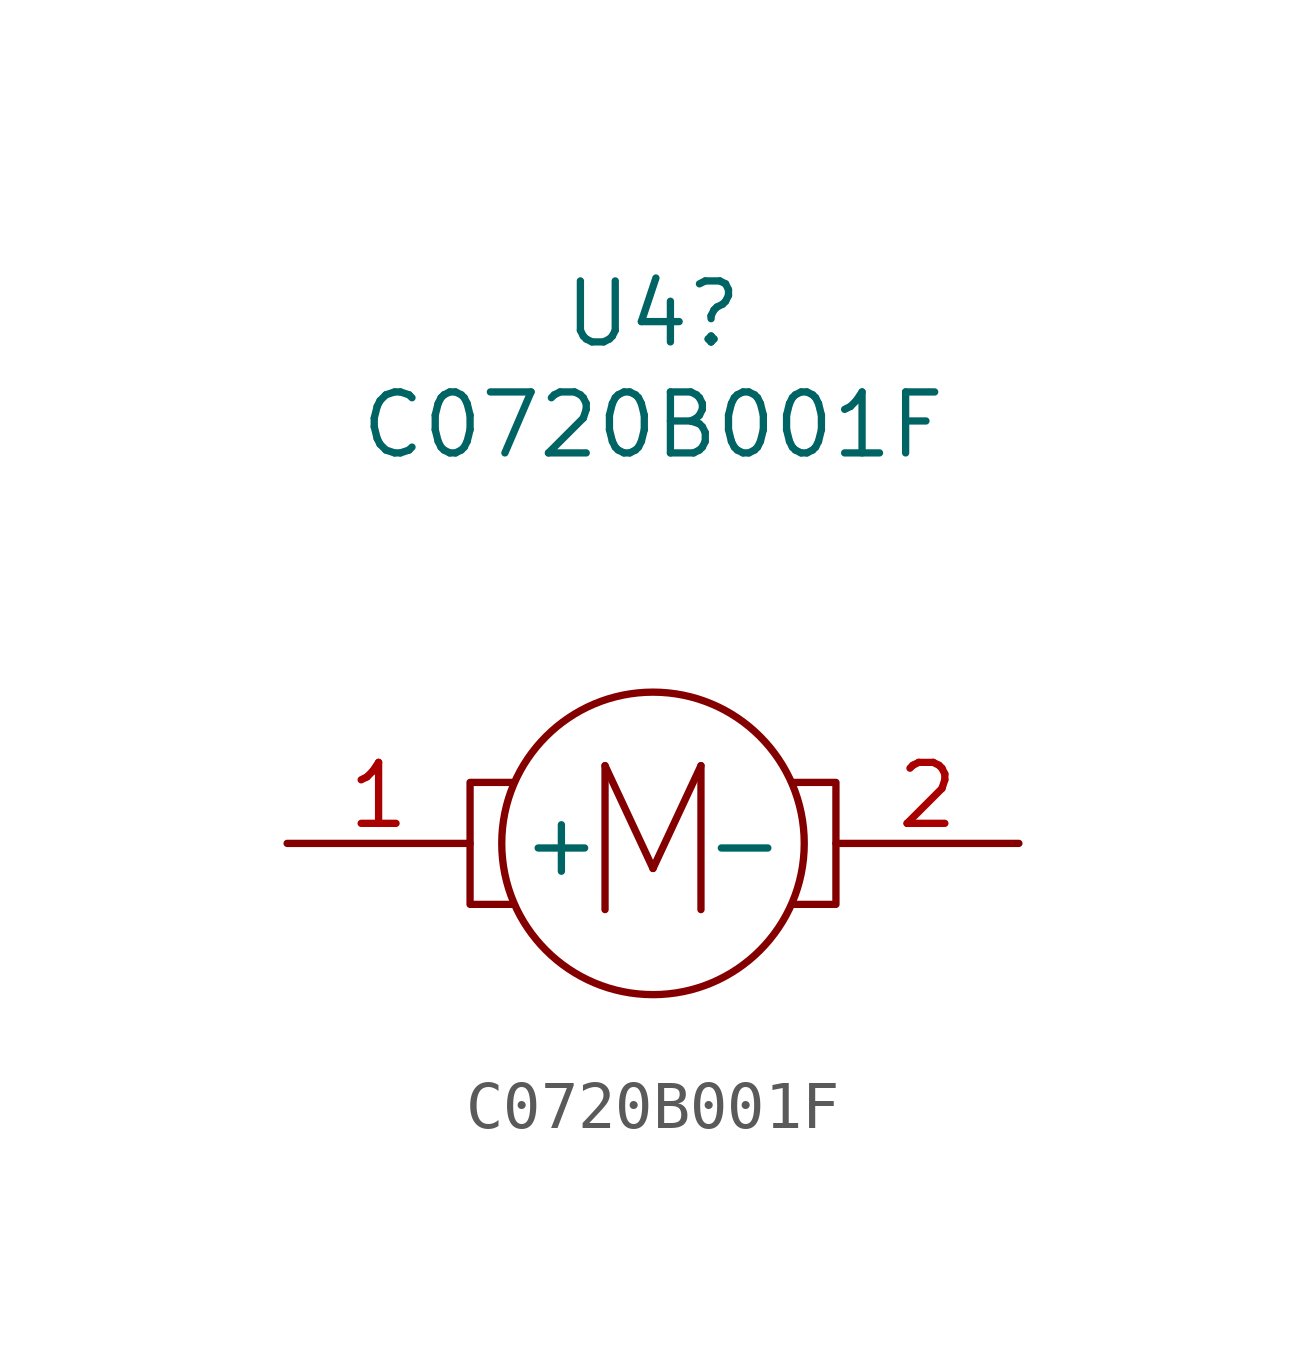
<source format=kicad_sym>
(kicad_symbol_lib
  (version 20211014)
  (generator kicad_symbol_editor)
  (symbol "C0720B001F"
    (pin_names
      (offset 1.016))
    (property "Reference" "U4"
      (at 0 11.024 0)
      (effects (font (size 1.27 1.27))))
    (property "Value" "C0720B001F"
      (at 0 8.712 0)
      (effects (font (size 1.27 1.27))))
    (symbol "C0720B001F_0_0"
      (polyline (pts (xy 2.921 1.27) (xy 3.81 1.27) (xy 3.81 -1.27) (xy 2.921 -1.27)) (stroke (width 0) (type default) (color 0 0 0 0)) (fill (type none)))
      (text "M" (at 0 0 0) (effects (font (size 2.997 2.997)))))
    (symbol "C0720B001F_0_1"
      (polyline (pts (xy -2.921 1.27) (xy -3.81 1.27) (xy -3.81 -1.27) (xy -2.921 -1.27)) (stroke (width 0) (type default) (color 0 0 0 0)) (fill (type none)))
      (circle (center 0 0) (radius 3.15) (stroke (width 0) (type default) (color 0 0 0 0)) (fill (type none))))
    (symbol "C0720B001F_1_1"
      (pin input line (at -7.62 0 0) (length 3.81) (name "+" (effects (font (size 1.27 1.27)))) (number "1" (effects (font (size 1.27 1.27)))))
      (pin output line (at 7.62 0 180) (length 3.81) (name "-" (effects (font (size 1.27 1.27)))) (number "2" (effects (font (size 1.27 1.27))))))))
</source>
